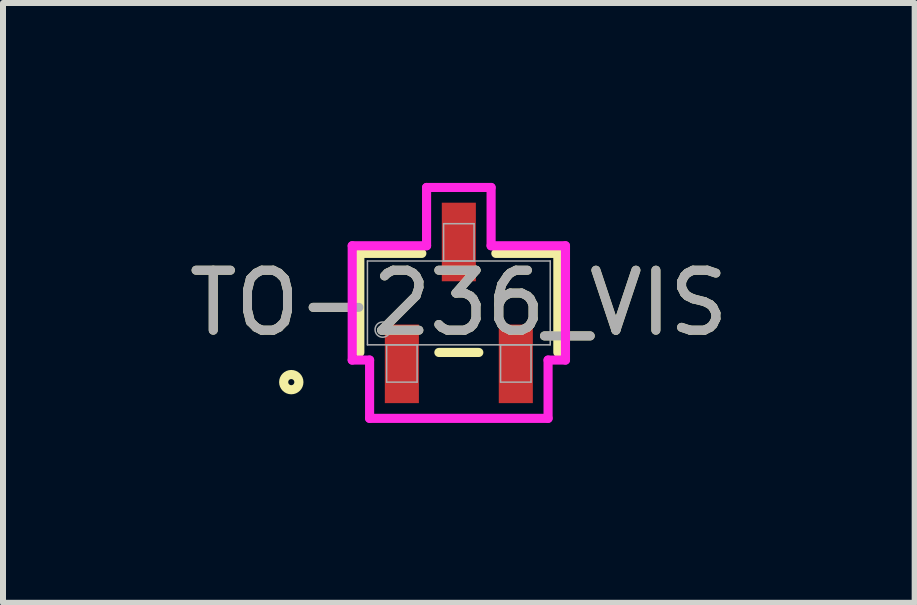
<source format=kicad_pcb>
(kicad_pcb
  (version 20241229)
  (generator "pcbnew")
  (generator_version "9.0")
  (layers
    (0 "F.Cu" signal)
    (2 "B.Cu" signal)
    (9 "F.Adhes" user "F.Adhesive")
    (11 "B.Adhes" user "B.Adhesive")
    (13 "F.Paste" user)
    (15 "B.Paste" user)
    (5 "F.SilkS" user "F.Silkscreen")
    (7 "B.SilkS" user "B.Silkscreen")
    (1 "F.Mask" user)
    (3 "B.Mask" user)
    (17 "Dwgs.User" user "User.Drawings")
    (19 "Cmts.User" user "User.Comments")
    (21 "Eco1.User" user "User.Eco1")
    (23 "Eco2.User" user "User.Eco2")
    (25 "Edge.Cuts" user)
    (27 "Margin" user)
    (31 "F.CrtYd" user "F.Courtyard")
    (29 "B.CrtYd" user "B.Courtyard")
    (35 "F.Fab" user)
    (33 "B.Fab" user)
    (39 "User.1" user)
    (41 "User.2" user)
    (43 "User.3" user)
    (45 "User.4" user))
  (footprint "TO-236_VIS"
    (layer "F.Cu")
    (at 4.601 2.001)
    (property "Reference" "TO-236_VIS" (at 0 0 0) (unlocked yes) (layer "F.SilkS") (effects (font (size 1 1) (thickness 0.15))))
    (attr smd)
    (fp_line (start -1.651 -0.826) (end -1.651 0.826) (stroke (width 0.152) (type solid)) (layer "F.SilkS"))
    (fp_line (start -0.617 -0.826) (end -1.651 -0.826) (stroke (width 0.152) (type solid)) (layer "F.SilkS"))
    (fp_line (start -0.333 0.826) (end 0.333 0.826) (stroke (width 0.152) (type solid)) (layer "F.SilkS"))
    (fp_line (start 1.651 -0.826) (end 0.617 -0.826) (stroke (width 0.152) (type solid)) (layer "F.SilkS"))
    (fp_line (start 1.651 0.826) (end 1.651 -0.826) (stroke (width 0.152) (type solid)) (layer "F.SilkS"))
    (fp_circle (center -2.794 1.321) (end -2.667 1.321) (stroke (width 0.152) (type solid)) (fill no) (layer "F.SilkS"))
    (fp_line (start -1.778 -0.953) (end -0.538 -0.953) (stroke (width 0.152) (type solid)) (layer "F.CrtYd"))
    (fp_line (start -1.778 0.953) (end -1.778 -0.953) (stroke (width 0.152) (type solid)) (layer "F.CrtYd"))
    (fp_line (start -1.778 0.953) (end -1.488 0.953) (stroke (width 0.152) (type solid)) (layer "F.CrtYd"))
    (fp_line (start -1.488 0.953) (end -1.488 1.925) (stroke (width 0.152) (type solid)) (layer "F.CrtYd"))
    (fp_line (start -1.488 1.925) (end 1.488 1.925) (stroke (width 0.152) (type solid)) (layer "F.CrtYd"))
    (fp_line (start -0.538 -1.925) (end 0.538 -1.925) (stroke (width 0.152) (type solid)) (layer "F.CrtYd"))
    (fp_line (start -0.538 -0.953) (end -0.538 -1.925) (stroke (width 0.152) (type solid)) (layer "F.CrtYd"))
    (fp_line (start 0.538 -0.953) (end 0.538 -1.925) (stroke (width 0.152) (type solid)) (layer "F.CrtYd"))
    (fp_line (start 1.488 0.953) (end 1.488 1.925) (stroke (width 0.152) (type solid)) (layer "F.CrtYd"))
    (fp_line (start 1.778 -0.953) (end 0.538 -0.953) (stroke (width 0.152) (type solid)) (layer "F.CrtYd"))
    (fp_line (start 1.778 -0.953) (end 1.778 0.953) (stroke (width 0.152) (type solid)) (layer "F.CrtYd"))
    (fp_line (start 1.778 0.953) (end 1.488 0.953) (stroke (width 0.152) (type solid)) (layer "F.CrtYd"))
    (fp_line (start -1.524 -0.699) (end -1.524 0.699) (stroke (width 0.025) (type solid)) (layer "F.Fab"))
    (fp_line (start -1.524 0.699) (end 1.524 0.699) (stroke (width 0.025) (type solid)) (layer "F.Fab"))
    (fp_line (start -1.204 0.699) (end -1.204 1.321) (stroke (width 0.025) (type solid)) (layer "F.Fab"))
    (fp_line (start -1.204 1.321) (end -0.696 1.321) (stroke (width 0.025) (type solid)) (layer "F.Fab"))
    (fp_line (start -0.696 0.699) (end -1.204 0.699) (stroke (width 0.025) (type solid)) (layer "F.Fab"))
    (fp_line (start -0.696 1.321) (end -0.696 0.699) (stroke (width 0.025) (type solid)) (layer "F.Fab"))
    (fp_line (start -0.254 -1.321) (end -0.254 -0.699) (stroke (width 0.025) (type solid)) (layer "F.Fab"))
    (fp_line (start -0.254 -0.699) (end 0.254 -0.699) (stroke (width 0.025) (type solid)) (layer "F.Fab"))
    (fp_line (start 0.254 -1.321) (end -0.254 -1.321) (stroke (width 0.025) (type solid)) (layer "F.Fab"))
    (fp_line (start 0.254 -0.699) (end 0.254 -1.321) (stroke (width 0.025) (type solid)) (layer "F.Fab"))
    (fp_line (start 0.696 0.699) (end 0.696 1.321) (stroke (width 0.025) (type solid)) (layer "F.Fab"))
    (fp_line (start 0.696 1.321) (end 1.204 1.321) (stroke (width 0.025) (type solid)) (layer "F.Fab"))
    (fp_line (start 1.204 0.699) (end 0.696 0.699) (stroke (width 0.025) (type solid)) (layer "F.Fab"))
    (fp_line (start 1.204 1.321) (end 1.204 0.699) (stroke (width 0.025) (type solid)) (layer "F.Fab"))
    (fp_line (start 1.524 -0.699) (end -1.524 -0.699) (stroke (width 0.025) (type solid)) (layer "F.Fab"))
    (fp_line (start 1.524 0.699) (end 1.524 -0.699) (stroke (width 0.025) (type solid)) (layer "F.Fab"))
    (fp_circle (center -1.27 0.445) (end -1.143 0.445) (stroke (width 0.025) (type solid)) (fill no) (layer "F.Fab"))
    (fp_text user "${REFERENCE}" (at 0 0 0) (unlocked yes) (layer "F.Fab") (effects (font (size 1 1) (thickness 0.15))))
    (pad "1" smd rect (at -0.95 1.016) (size 0.568 1.31) (layers "F.Cu" "F.Mask" "F.Paste"))
    (pad "2" smd rect (at 0.95 1.016) (size 0.568 1.31) (layers "F.Cu" "F.Mask" "F.Paste"))
    (pad "3" smd rect (at 0 -1.016) (size 0.568 1.31) (layers "F.Cu" "F.Mask" "F.Paste")))
  (gr_rect
    (start -3 -3)
    (end 12.202 7.002)
    (stroke (width 0.1) (type default))
    (fill no)
    (layer "Edge.Cuts")))
</source>
